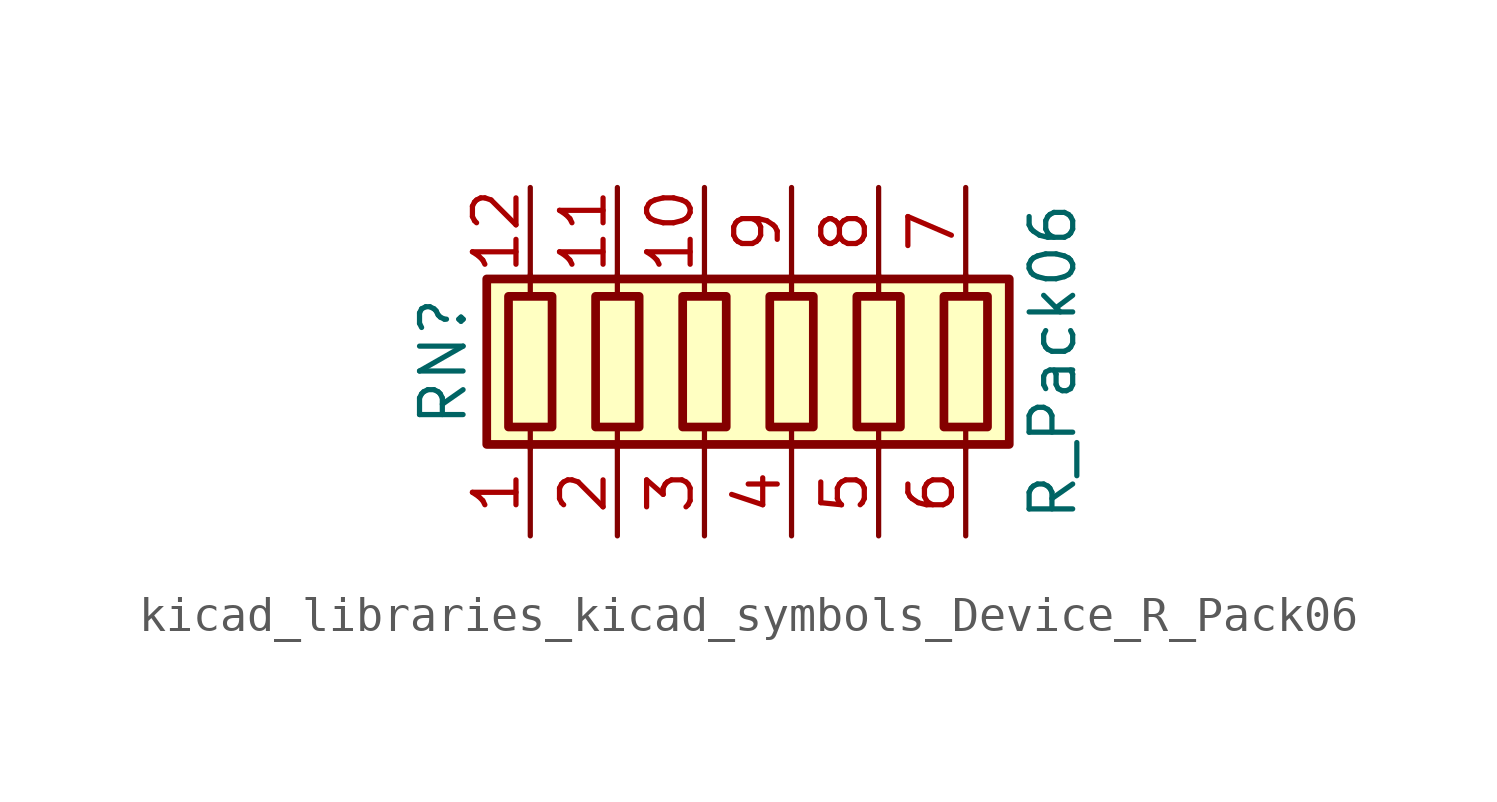
<source format=kicad_sym>
(kicad_symbol_lib
  (version 20220914)
  (generator kicad_symbol_editor)
  (symbol "kicad_libraries_kicad_symbols_Device_R_Pack06"
    (pin_names
      (offset 0) hide)
    (property "Reference" "RN"
      (at -10.16 0 90)
      (effects (font (size 1.27 1.27))))
    (property "Value" "R_Pack06"
      (at 7.62 0 90)
      (effects (font (size 1.27 1.27))))
    (symbol "kicad_libraries_kicad_symbols_Device_R_Pack06_0_1"
      (rectangle (start -8.89 -2.413) (end 6.35 2.413) (stroke (width 0.254) (type default)) (fill (type background)))
      (rectangle (start -8.255 1.905) (end -6.985 -1.905) (stroke (width 0.254) (type default)) (fill (type none)))
      (rectangle (start -5.715 1.905) (end -4.445 -1.905) (stroke (width 0.254) (type default)) (fill (type none)))
      (rectangle (start -3.175 1.905) (end -1.905 -1.905) (stroke (width 0.254) (type default)) (fill (type none)))
      (rectangle (start -0.635 1.905) (end 0.635 -1.905) (stroke (width 0.254) (type default)) (fill (type none)))
      (polyline (pts (xy -7.62 -2.54) (xy -7.62 -1.905)) (stroke (width 0) (type default)) (fill (type none)))
      (polyline (pts (xy -7.62 1.905) (xy -7.62 2.54)) (stroke (width 0) (type default)) (fill (type none)))
      (polyline (pts (xy -5.08 -2.54) (xy -5.08 -1.905)) (stroke (width 0) (type default)) (fill (type none)))
      (polyline (pts (xy -5.08 1.905) (xy -5.08 2.54)) (stroke (width 0) (type default)) (fill (type none)))
      (polyline (pts (xy -2.54 -2.54) (xy -2.54 -1.905)) (stroke (width 0) (type default)) (fill (type none)))
      (polyline (pts (xy -2.54 1.905) (xy -2.54 2.54)) (stroke (width 0) (type default)) (fill (type none)))
      (polyline (pts (xy 0 -2.54) (xy 0 -1.905)) (stroke (width 0) (type default)) (fill (type none)))
      (polyline (pts (xy 0 1.905) (xy 0 2.54)) (stroke (width 0) (type default)) (fill (type none)))
      (polyline (pts (xy 2.54 -2.54) (xy 2.54 -1.905)) (stroke (width 0) (type default)) (fill (type none)))
      (polyline (pts (xy 2.54 1.905) (xy 2.54 2.54)) (stroke (width 0) (type default)) (fill (type none)))
      (polyline (pts (xy 5.08 -2.54) (xy 5.08 -1.905)) (stroke (width 0) (type default)) (fill (type none)))
      (polyline (pts (xy 5.08 1.905) (xy 5.08 2.54)) (stroke (width 0) (type default)) (fill (type none)))
      (rectangle (start 1.905 1.905) (end 3.175 -1.905) (stroke (width 0.254) (type default)) (fill (type none)))
      (rectangle (start 4.445 1.905) (end 5.715 -1.905) (stroke (width 0.254) (type default)) (fill (type none))))
    (symbol "kicad_libraries_kicad_symbols_Device_R_Pack06_1_1"
      (pin passive line (at -7.62 -5.08 90) (length 2.54) (name "R1.1" (effects (font (size 1.27 1.27)))) (number "1" (effects (font (size 1.27 1.27)))))
      (pin passive line (at -2.54 5.08 270) (length 2.54) (name "R3.2" (effects (font (size 1.27 1.27)))) (number "10" (effects (font (size 1.27 1.27)))))
      (pin passive line (at -5.08 5.08 270) (length 2.54) (name "R2.2" (effects (font (size 1.27 1.27)))) (number "11" (effects (font (size 1.27 1.27)))))
      (pin passive line (at -7.62 5.08 270) (length 2.54) (name "R1.2" (effects (font (size 1.27 1.27)))) (number "12" (effects (font (size 1.27 1.27)))))
      (pin passive line (at -5.08 -5.08 90) (length 2.54) (name "R2.1" (effects (font (size 1.27 1.27)))) (number "2" (effects (font (size 1.27 1.27)))))
      (pin passive line (at -2.54 -5.08 90) (length 2.54) (name "R3.1" (effects (font (size 1.27 1.27)))) (number "3" (effects (font (size 1.27 1.27)))))
      (pin passive line (at 0 -5.08 90) (length 2.54) (name "R4.1" (effects (font (size 1.27 1.27)))) (number "4" (effects (font (size 1.27 1.27)))))
      (pin passive line (at 2.54 -5.08 90) (length 2.54) (name "R5.1" (effects (font (size 1.27 1.27)))) (number "5" (effects (font (size 1.27 1.27)))))
      (pin passive line (at 5.08 -5.08 90) (length 2.54) (name "R6.1" (effects (font (size 1.27 1.27)))) (number "6" (effects (font (size 1.27 1.27)))))
      (pin passive line (at 5.08 5.08 270) (length 2.54) (name "R6.2" (effects (font (size 1.27 1.27)))) (number "7" (effects (font (size 1.27 1.27)))))
      (pin passive line (at 2.54 5.08 270) (length 2.54) (name "R5.2" (effects (font (size 1.27 1.27)))) (number "8" (effects (font (size 1.27 1.27)))))
      (pin passive line (at 0 5.08 270) (length 2.54) (name "R4.2" (effects (font (size 1.27 1.27)))) (number "9" (effects (font (size 1.27 1.27))))))))
</source>
